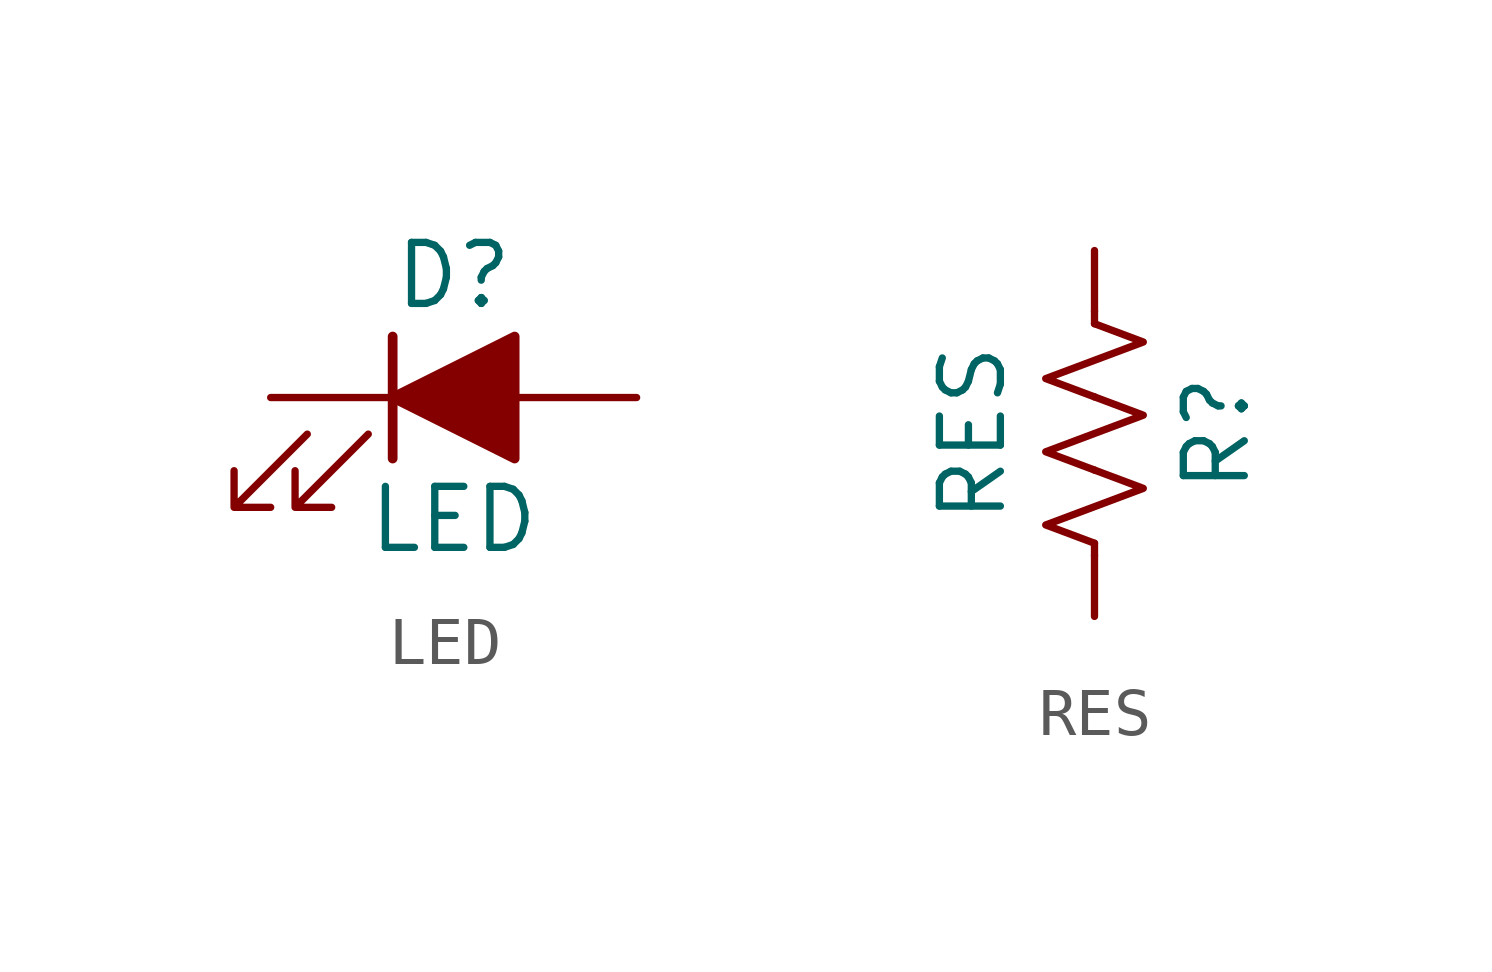
<source format=kicad_sym>
(kicad_symbol_lib
  (version 20231120)
  (generator "kicad_symbol_editor")
  (generator_version "8.0")
  (symbol "LED"
    (pin_numbers hide)
    (pin_names
      (offset 1.016) hide)
    (property "Reference" "D"
      (at 0 2.54 0)
      (effects (font (size 1.27 1.27))))
    (property "Value" "LED"
      (at 0 -2.54 0)
      (effects (font (size 1.27 1.27))))
    (symbol "LED_0_1"
      (polyline (pts (xy -1.27 -1.27) (xy -1.27 1.27)) (stroke (width 0.203) (type default)) (fill (type none)))
      (polyline (pts (xy -1.27 0) (xy 1.27 0)) (stroke (width 0) (type default)) (fill (type none)))
      (polyline (pts (xy 1.27 -1.27) (xy 1.27 1.27) (xy -1.27 0) (xy 1.27 -1.27)) (stroke (width 0.203) (type default)) (fill (type outline)))
      (polyline (pts (xy -3.048 -0.762) (xy -4.572 -2.286) (xy -3.81 -2.286) (xy -4.572 -2.286) (xy -4.572 -1.524)) (stroke (width 0) (type default)) (fill (type none)))
      (polyline (pts (xy -1.778 -0.762) (xy -3.302 -2.286) (xy -2.54 -2.286) (xy -3.302 -2.286) (xy -3.302 -1.524)) (stroke (width 0) (type default)) (fill (type none))))
    (symbol "LED_1_1"
      (pin passive line (at -3.81 0 0) (length 2.54) (name "K" (effects (font (size 1.27 1.27)))) (number "1" (effects (font (size 1.27 1.27)))))
      (pin passive line (at 3.81 0 180) (length 2.54) (name "A" (effects (font (size 1.27 1.27)))) (number "2" (effects (font (size 1.27 1.27)))))))
  (symbol "RES"
    (pin_numbers hide)
    (pin_names
      (offset 0))
    (property "Reference" "R"
      (at 2.54 0 90)
      (effects (font (size 1.27 1.27))))
    (property "Value" "RES"
      (at -2.54 0 90)
      (effects (font (size 1.27 1.27))))
    (symbol "RES_0_1"
      (polyline (pts (xy 0 -2.286) (xy 0 -2.54)) (stroke (width 0) (type default)) (fill (type none)))
      (polyline (pts (xy 0 2.286) (xy 0 2.54)) (stroke (width 0) (type default)) (fill (type none)))
      (polyline (pts (xy 0 -0.762) (xy 1.016 -1.143) (xy 0 -1.524) (xy -1.016 -1.905) (xy 0 -2.286)) (stroke (width 0) (type default)) (fill (type none)))
      (polyline (pts (xy 0 0.762) (xy 1.016 0.381) (xy 0 0) (xy -1.016 -0.381) (xy 0 -0.762)) (stroke (width 0) (type default)) (fill (type none)))
      (polyline (pts (xy 0 2.286) (xy 1.016 1.905) (xy 0 1.524) (xy -1.016 1.143) (xy 0 0.762)) (stroke (width 0) (type default)) (fill (type none))))
    (symbol "RES_1_1"
      (pin passive line (at 0 3.81 270) (length 1.27) (name "~" (effects (font (size 1.27 1.27)))) (number "1" (effects (font (size 1.27 1.27)))))
      (pin passive line (at 0 -3.81 90) (length 1.27) (name "~" (effects (font (size 1.27 1.27)))) (number "2" (effects (font (size 1.27 1.27))))))))
</source>
